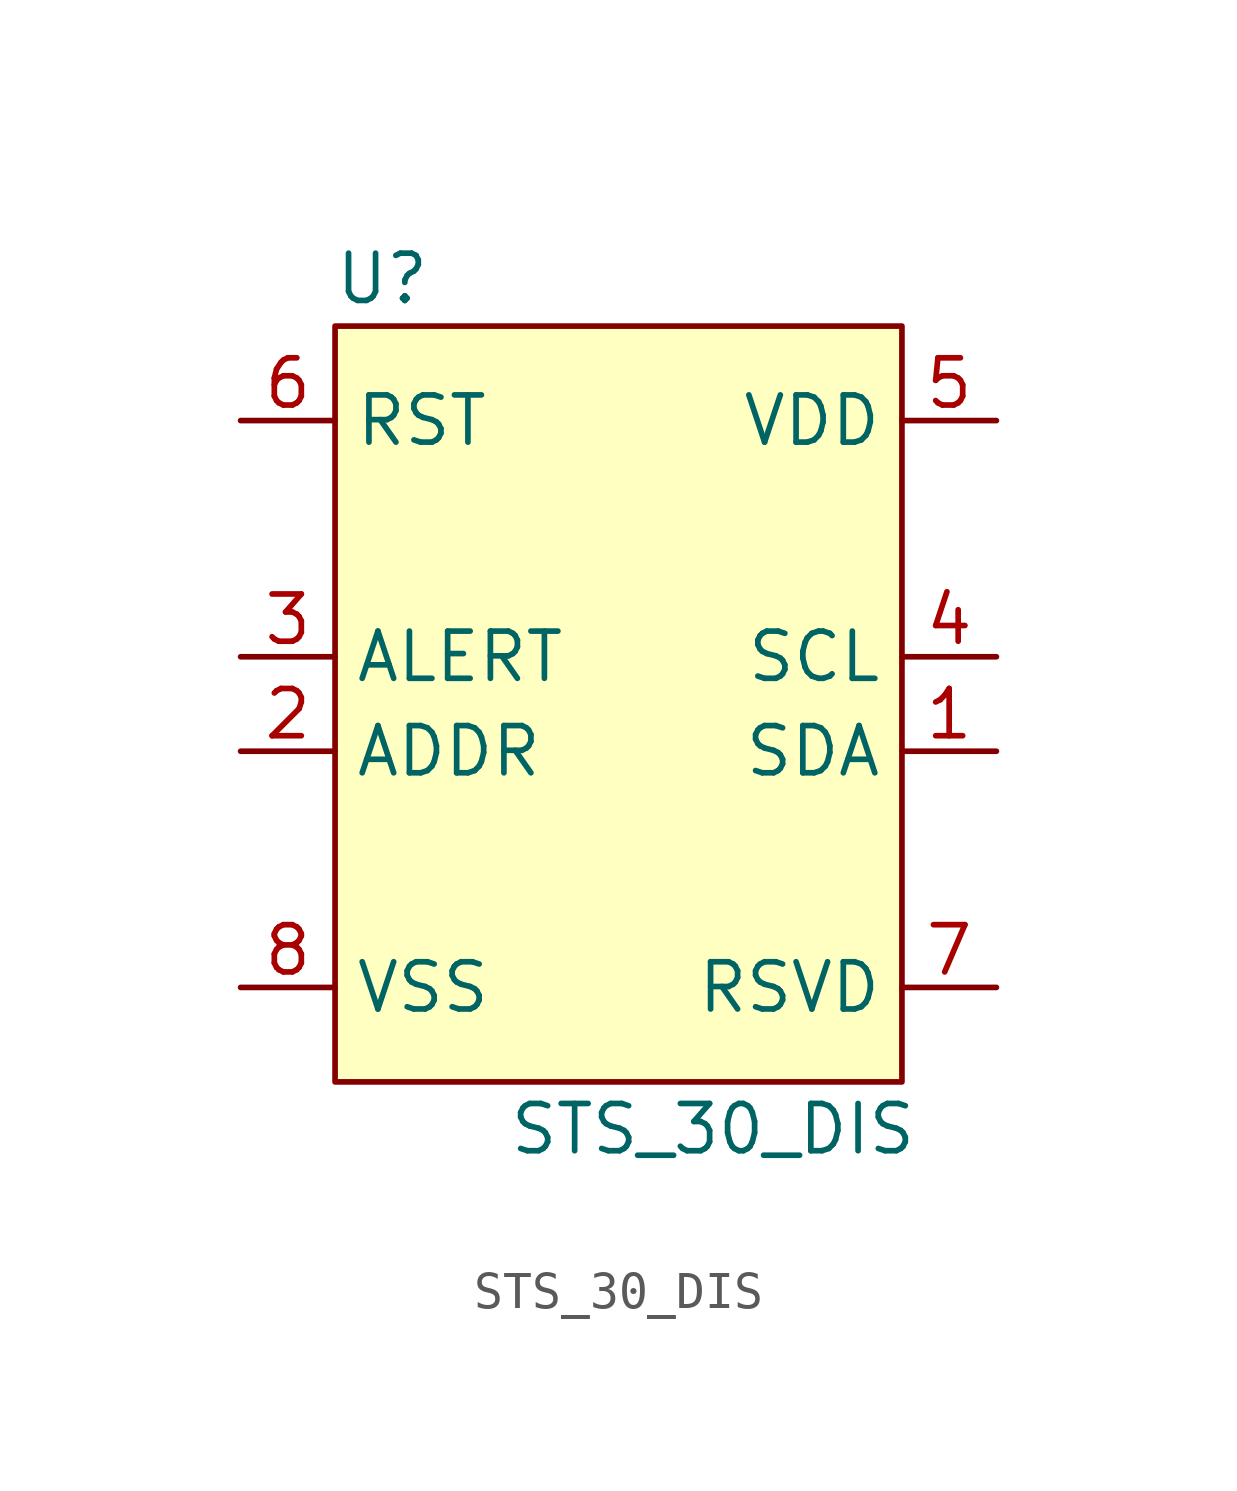
<source format=kicad_sym>
(kicad_symbol_lib
  (version 20211014)
  (generator kicad_symbol_editor)
  (symbol "STS_30_DIS"
    (property "Reference" "U"
      (at -6.35 11.43 0)
      (effects (font (size 1.27 1.27))))
    (property "Value" "STS_30_DIS"
      (at 2.54 -11.43 0)
      (effects (font (size 1.27 1.27))))
    (symbol "STS_30_DIS_0_1"
      (rectangle (start -7.62 10.16) (end 7.62 -10.16) (stroke (width 0) (type default) (color 0 0 0 0)) (fill (type background))))
    (symbol "STS_30_DIS_1_1"
      (pin input line (at 10.16 -1.27 180) (length 2.54) (name "SDA" (effects (font (size 1.27 1.27)))) (number "1" (effects (font (size 1.27 1.27)))))
      (pin input line (at -10.16 -1.27 0) (length 2.54) (name "ADDR" (effects (font (size 1.27 1.27)))) (number "2" (effects (font (size 1.27 1.27)))))
      (pin input line (at -10.16 1.27 0) (length 2.54) (name "ALERT" (effects (font (size 1.27 1.27)))) (number "3" (effects (font (size 1.27 1.27)))))
      (pin input line (at 10.16 1.27 180) (length 2.54) (name "SCL" (effects (font (size 1.27 1.27)))) (number "4" (effects (font (size 1.27 1.27)))))
      (pin input line (at 10.16 7.62 180) (length 2.54) (name "VDD" (effects (font (size 1.27 1.27)))) (number "5" (effects (font (size 1.27 1.27)))))
      (pin input line (at -10.16 7.62 0) (length 2.54) (name "RST" (effects (font (size 1.27 1.27)))) (number "6" (effects (font (size 1.27 1.27)))))
      (pin input line (at 10.16 -7.62 180) (length 2.54) (name "RSVD" (effects (font (size 1.27 1.27)))) (number "7" (effects (font (size 1.27 1.27)))))
      (pin input line (at -10.16 -7.62 0) (length 2.54) (name "VSS" (effects (font (size 1.27 1.27)))) (number "8" (effects (font (size 1.27 1.27))))))))
</source>
